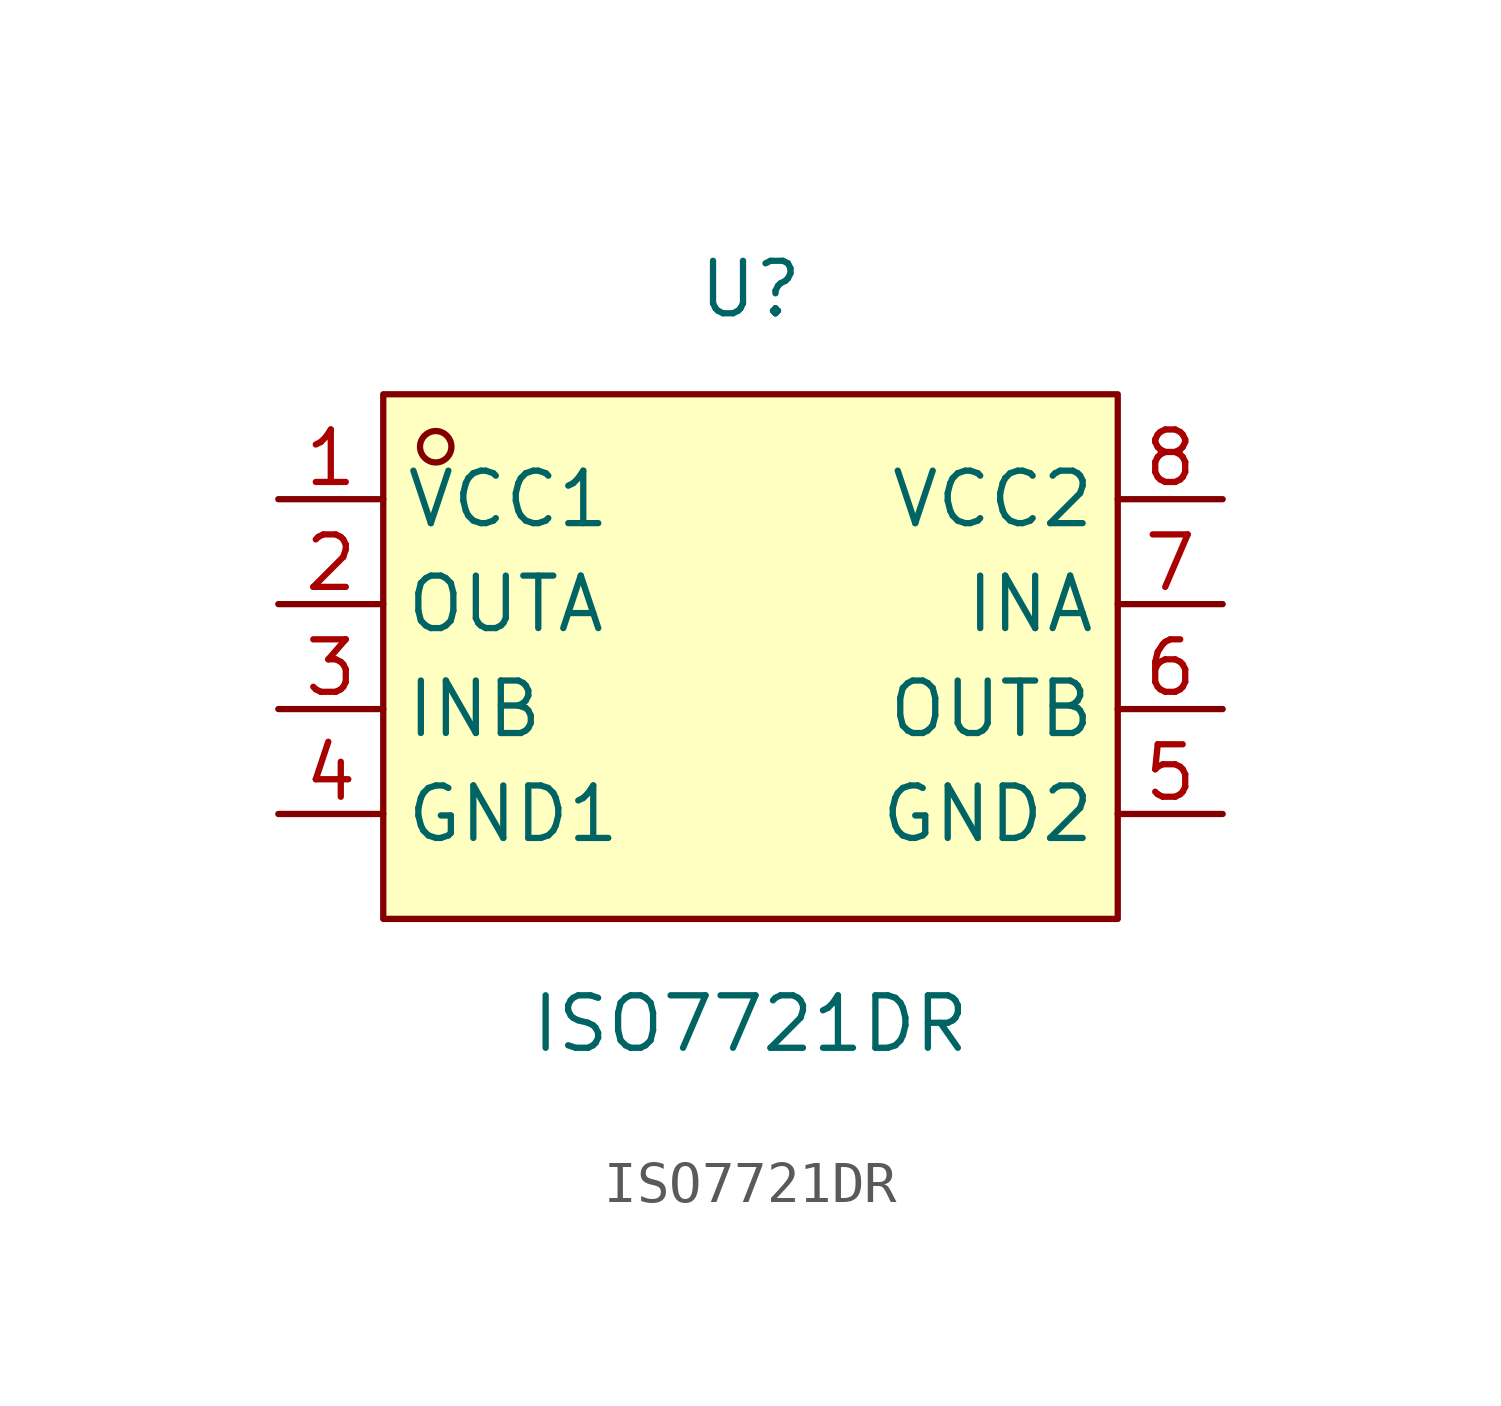
<source format=kicad_sym>
(kicad_symbol_lib
  (version 20220914)
  (generator kicad_symbol_editor)
  (symbol "ISO7721DR"
    (property "Reference" "U"
      (at 0 8.89 0)
      (effects (font (size 1.27 1.27))))
    (property "Value" "ISO7721DR"
      (at 0 -8.89 0)
      (effects (font (size 1.27 1.27))))
    (symbol "ISO7721DR_0_1"
      (rectangle (start -8.89 6.35) (end 8.89 -6.35) (stroke (width 0) (type default)) (fill (type background)))
      (circle (center -7.62 5.08) (radius 0.38) (stroke (width 0) (type default)) (fill (type none))))
    (symbol "ISO7721DR_1_1"
      (pin power_in line (at -11.43 3.81 0) (length 2.54) (name "VCC1" (effects (font (size 1.27 1.27)))) (number "1" (effects (font (size 1.27 1.27)))))
      (pin output line (at -11.43 1.27 0) (length 2.54) (name "OUTA" (effects (font (size 1.27 1.27)))) (number "2" (effects (font (size 1.27 1.27)))))
      (pin input line (at -11.43 -1.27 0) (length 2.54) (name "INB" (effects (font (size 1.27 1.27)))) (number "3" (effects (font (size 1.27 1.27)))))
      (pin power_in line (at -11.43 -3.81 0) (length 2.54) (name "GND1" (effects (font (size 1.27 1.27)))) (number "4" (effects (font (size 1.27 1.27)))))
      (pin power_in line (at 11.43 -3.81 180) (length 2.54) (name "GND2" (effects (font (size 1.27 1.27)))) (number "5" (effects (font (size 1.27 1.27)))))
      (pin output line (at 11.43 -1.27 180) (length 2.54) (name "OUTB" (effects (font (size 1.27 1.27)))) (number "6" (effects (font (size 1.27 1.27)))))
      (pin input line (at 11.43 1.27 180) (length 2.54) (name "INA" (effects (font (size 1.27 1.27)))) (number "7" (effects (font (size 1.27 1.27)))))
      (pin power_in line (at 11.43 3.81 180) (length 2.54) (name "VCC2" (effects (font (size 1.27 1.27)))) (number "8" (effects (font (size 1.27 1.27))))))))
</source>
